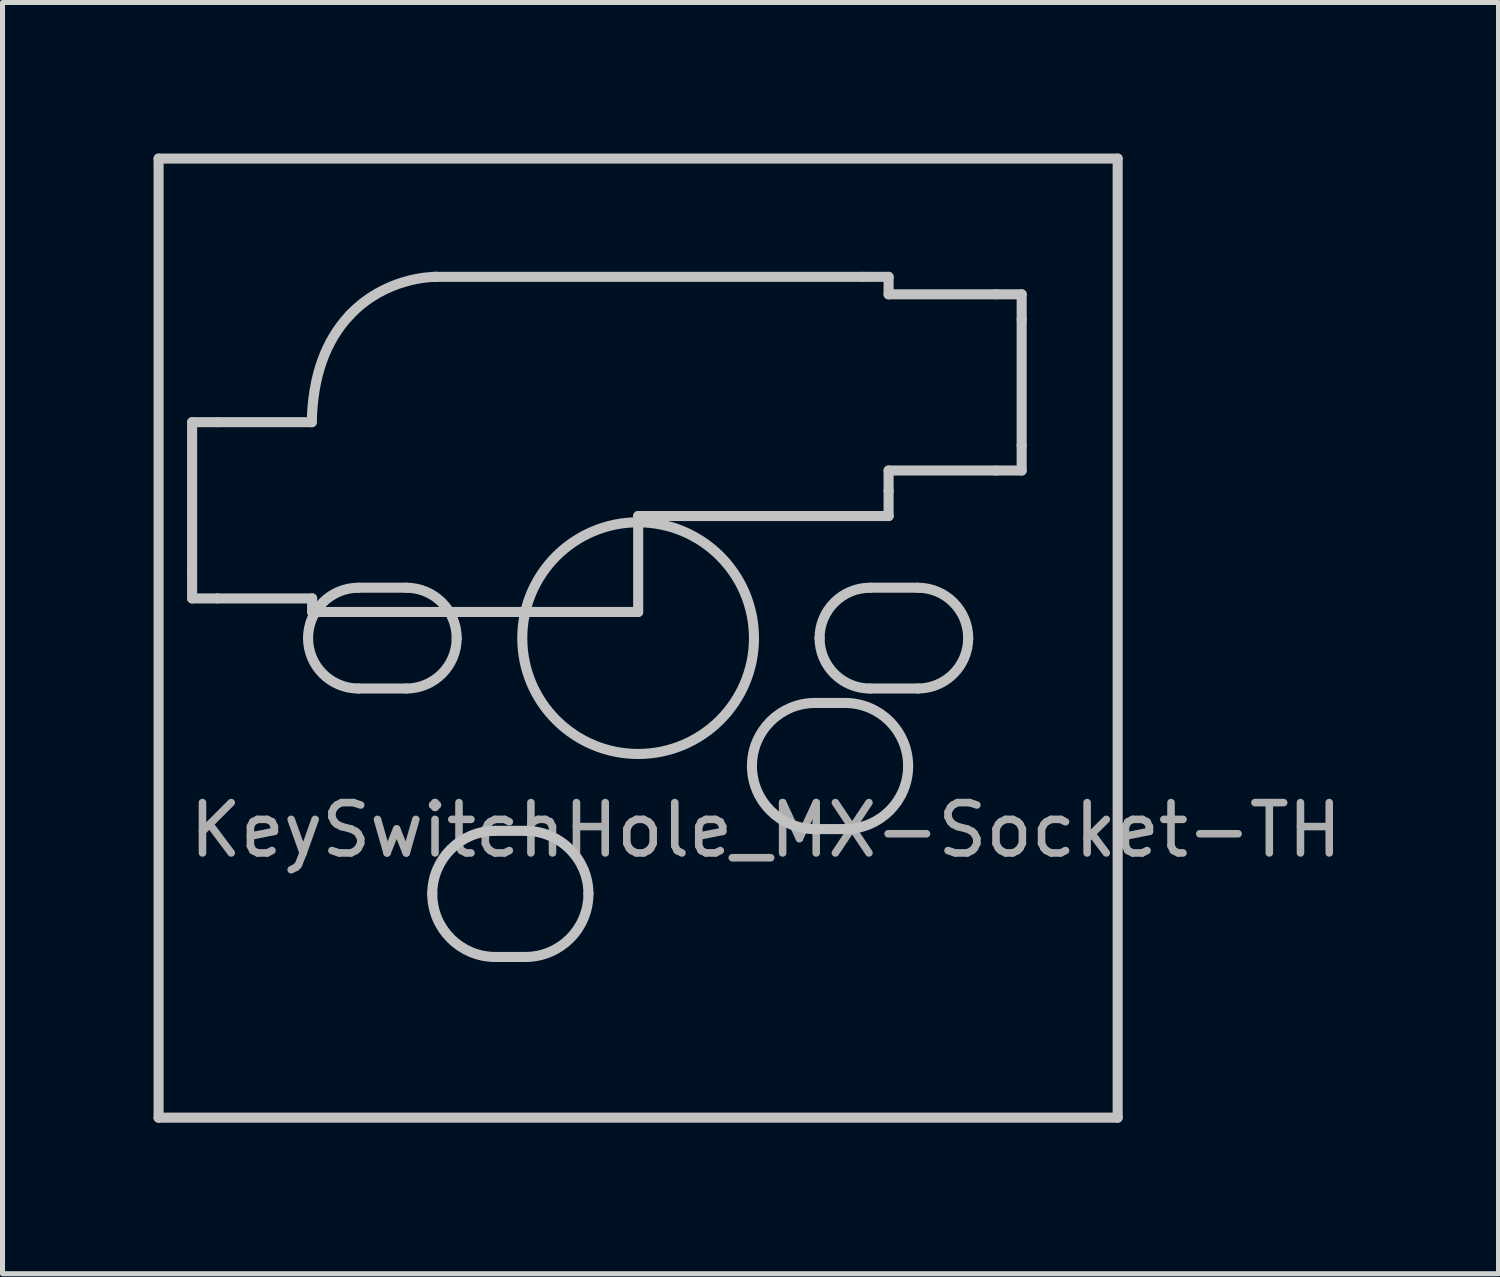
<source format=kicad_pcb>
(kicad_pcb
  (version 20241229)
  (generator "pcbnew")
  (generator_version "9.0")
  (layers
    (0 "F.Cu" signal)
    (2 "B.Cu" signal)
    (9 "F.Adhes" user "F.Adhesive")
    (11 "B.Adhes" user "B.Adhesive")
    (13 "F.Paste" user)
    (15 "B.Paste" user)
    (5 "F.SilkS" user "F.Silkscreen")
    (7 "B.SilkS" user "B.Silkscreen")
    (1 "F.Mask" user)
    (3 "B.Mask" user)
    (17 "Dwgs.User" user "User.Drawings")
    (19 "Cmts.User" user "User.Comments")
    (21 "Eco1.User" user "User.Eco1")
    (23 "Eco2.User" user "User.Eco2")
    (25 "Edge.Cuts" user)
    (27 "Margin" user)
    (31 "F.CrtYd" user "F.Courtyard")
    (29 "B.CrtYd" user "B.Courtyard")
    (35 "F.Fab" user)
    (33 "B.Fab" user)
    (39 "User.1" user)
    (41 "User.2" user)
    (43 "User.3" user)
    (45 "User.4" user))
  (footprint "KeySwitchHole_MX-Socket-TH"
    (layer "F.Cu")
    (at 9.625 9.625)
    (property "Reference" "KeySwitchHole_MX-Socket-TH" (at 2.537 3.812 0) (layer "F.Fab") (effects (font (size 1 1) (thickness 0.15))))
    (attr through_hole)
    (fp_circle (center 0 0) (end 2.301 0) (stroke (width 0.2) (type solid)) (fill no) (layer "Dwgs.User"))
    (fp_curve (pts (xy -9.525 -9.525) (xy -9.525 -9.525) (xy 9.525 -9.525) (xy 9.525 -9.525)) (stroke (width 0.2) (type solid)) (layer "Dwgs.User"))
    (fp_curve (pts (xy -9.525 9.525) (xy -9.525 9.525) (xy -9.525 -9.525) (xy -9.525 -9.525)) (stroke (width 0.2) (type solid)) (layer "Dwgs.User"))
    (fp_curve (pts (xy -8.859 -4.289) (xy -8.859 -4.289) (xy -8.859 -3.789) (xy -8.859 -3.789)) (stroke (width 0.2) (type solid)) (layer "Dwgs.User"))
    (fp_curve (pts (xy -8.859 -3.789) (xy -8.859 -3.789) (xy -8.859 -1.289) (xy -8.859 -1.289)) (stroke (width 0.2) (type solid)) (layer "Dwgs.User"))
    (fp_curve (pts (xy -8.859 -1.289) (xy -8.859 -1.289) (xy -8.859 -0.789) (xy -8.859 -0.789)) (stroke (width 0.2) (type solid)) (layer "Dwgs.User"))
    (fp_curve (pts (xy -8.859 -0.789) (xy -8.859 -0.789) (xy -8.359 -0.789) (xy -8.359 -0.789)) (stroke (width 0.2) (type solid)) (layer "Dwgs.User"))
    (fp_curve (pts (xy -8.359 -4.289) (xy -8.359 -4.289) (xy -8.859 -4.289) (xy -8.859 -4.289)) (stroke (width 0.2) (type solid)) (layer "Dwgs.User"))
    (fp_curve (pts (xy -8.359 -0.789) (xy -8.359 -0.789) (xy -6.475 -0.789) (xy -6.475 -0.789)) (stroke (width 0.2) (type solid)) (layer "Dwgs.User"))
    (fp_curve (pts (xy -6.556 -0.000255) (xy -6.556 -0.553) (xy -6.108 -1.001) (xy -5.555 -1.001)) (stroke (width 0.2) (type solid)) (layer "Dwgs.User"))
    (fp_curve (pts (xy -6.482 -4.289) (xy -6.482 -4.289) (xy -8.359 -4.289) (xy -8.359 -4.289)) (stroke (width 0.2) (type solid)) (layer "Dwgs.User"))
    (fp_curve (pts (xy -6.475 -0.789) (xy -6.475 -0.789) (xy -6.475 -0.52) (xy -6.475 -0.52)) (stroke (width 0.2) (type solid)) (layer "Dwgs.User"))
    (fp_curve (pts (xy -6.475 -0.52) (xy -6.475 -0.52) (xy -5.975 -0.52) (xy -5.975 -0.52)) (stroke (width 0.2) (type solid)) (layer "Dwgs.User"))
    (fp_curve (pts (xy -5.975 -0.52) (xy -5.975 -0.52) (xy -2.544 -0.52) (xy -2.544 -0.52)) (stroke (width 0.2) (type solid)) (layer "Dwgs.User"))
    (fp_curve (pts (xy -5.726 -6.419) (xy -6.211 -5.906) (xy -6.465 -5.191) (xy -6.482 -4.289)) (stroke (width 0.2) (type solid)) (layer "Dwgs.User"))
    (fp_curve (pts (xy -5.555 -1.001) (xy -5.555 -1.001) (xy -4.605 -1.001) (xy -4.605 -1.001)) (stroke (width 0.2) (type solid)) (layer "Dwgs.User"))
    (fp_curve (pts (xy -5.555 1.001) (xy -6.108 1.001) (xy -6.556 0.553) (xy -6.556 -0.000255)) (stroke (width 0.2) (type solid)) (layer "Dwgs.User"))
    (fp_curve (pts (xy -4.605 -1.001) (xy -4.053 -1.001) (xy -3.604 -0.553) (xy -3.604 -0.000255)) (stroke (width 0.2) (type solid)) (layer "Dwgs.User"))
    (fp_curve (pts (xy -4.605 1.001) (xy -4.605 1.001) (xy -5.555 1.001) (xy -5.555 1.001)) (stroke (width 0.2) (type solid)) (layer "Dwgs.User"))
    (fp_curve (pts (xy -4.089 5.08) (xy -4.089 4.388) (xy -3.529 3.828) (xy -2.837 3.828)) (stroke (width 0.2) (type solid)) (layer "Dwgs.User"))
    (fp_curve (pts (xy -4.023 -7.176) (xy -4.124 -7.176) (xy -5.029 -7.155) (xy -5.726 -6.419)) (stroke (width 0.2) (type solid)) (layer "Dwgs.User"))
    (fp_curve (pts (xy -4.022 -7.176) (xy -4.022 -7.176) (xy -4.023 -7.176) (xy -4.023 -7.176)) (stroke (width 0.2) (type solid)) (layer "Dwgs.User"))
    (fp_curve (pts (xy -3.604 -0.000255) (xy -3.604 0.553) (xy -4.053 1.001) (xy -4.605 1.001)) (stroke (width 0.2) (type solid)) (layer "Dwgs.User"))
    (fp_curve (pts (xy -2.837 3.828) (xy -2.837 3.828) (xy -2.24 3.828) (xy -2.24 3.828)) (stroke (width 0.2) (type solid)) (layer "Dwgs.User"))
    (fp_curve (pts (xy -2.837 6.333) (xy -3.529 6.333) (xy -4.089 5.772) (xy -4.089 5.08)) (stroke (width 0.2) (type solid)) (layer "Dwgs.User"))
    (fp_curve (pts (xy -2.544 -0.52) (xy -2.544 -0.52) (xy -2.037 -0.52) (xy -2.037 -0.52)) (stroke (width 0.2) (type solid)) (layer "Dwgs.User"))
    (fp_curve (pts (xy -2.24 3.828) (xy -1.548 3.828) (xy -0.987 4.388) (xy -0.987 5.08)) (stroke (width 0.2) (type solid)) (layer "Dwgs.User"))
    (fp_curve (pts (xy -2.24 6.333) (xy -2.24 6.333) (xy -2.837 6.333) (xy -2.837 6.333)) (stroke (width 0.2) (type solid)) (layer "Dwgs.User"))
    (fp_curve (pts (xy -2.037 -0.52) (xy -2.037 -0.52) (xy -2.037 -0.52) (xy -2.037 -0.52)) (stroke (width 0.2) (type solid)) (layer "Dwgs.User"))
    (fp_curve (pts (xy -2.037 -0.52) (xy -2.037 -0.52) (xy 0.001 -0.52) (xy 0.001 -0.52)) (stroke (width 0.2) (type solid)) (layer "Dwgs.User"))
    (fp_curve (pts (xy -0.987 5.08) (xy -0.987 5.772) (xy -1.548 6.333) (xy -2.24 6.333)) (stroke (width 0.2) (type solid)) (layer "Dwgs.User"))
    (fp_curve (pts (xy 0.001 -2.425) (xy 0.001 -2.425) (xy 4.475 -2.425) (xy 4.475 -2.425)) (stroke (width 0.2) (type solid)) (layer "Dwgs.User"))
    (fp_curve (pts (xy 0.001 -0.52) (xy 0.001 -0.52) (xy 0.001 -2.425) (xy 0.001 -2.425)) (stroke (width 0.2) (type solid)) (layer "Dwgs.User"))
    (fp_curve (pts (xy 2.261 2.54) (xy 2.261 1.848) (xy 2.821 1.288) (xy 3.513 1.288)) (stroke (width 0.2) (type solid)) (layer "Dwgs.User"))
    (fp_curve (pts (xy 3.513 1.288) (xy 3.513 1.288) (xy 4.11 1.288) (xy 4.11 1.288)) (stroke (width 0.2) (type solid)) (layer "Dwgs.User"))
    (fp_curve (pts (xy 3.513 3.793) (xy 2.821 3.793) (xy 2.261 3.232) (xy 2.261 2.54)) (stroke (width 0.2) (type solid)) (layer "Dwgs.User"))
    (fp_curve (pts (xy 3.604 -0.000255) (xy 3.604 -0.553) (xy 4.052 -1.001) (xy 4.605 -1.001)) (stroke (width 0.2) (type solid)) (layer "Dwgs.User"))
    (fp_curve (pts (xy 4.11 1.288) (xy 4.802 1.288) (xy 5.363 1.848) (xy 5.363 2.54)) (stroke (width 0.2) (type solid)) (layer "Dwgs.User"))
    (fp_curve (pts (xy 4.11 3.793) (xy 4.11 3.793) (xy 3.513 3.793) (xy 3.513 3.793)) (stroke (width 0.2) (type solid)) (layer "Dwgs.User"))
    (fp_curve (pts (xy 4.475 -7.176) (xy 4.475 -7.176) (xy -4.022 -7.176) (xy -4.022 -7.176)) (stroke (width 0.2) (type solid)) (layer "Dwgs.User"))
    (fp_curve (pts (xy 4.475 -2.425) (xy 4.475 -2.425) (xy 4.975 -2.425) (xy 4.975 -2.425)) (stroke (width 0.2) (type solid)) (layer "Dwgs.User"))
    (fp_curve (pts (xy 4.605 -1.001) (xy 4.605 -1.001) (xy 5.555 -1.001) (xy 5.555 -1.001)) (stroke (width 0.2) (type solid)) (layer "Dwgs.User"))
    (fp_curve (pts (xy 4.605 1.001) (xy 4.052 1.001) (xy 3.604 0.553) (xy 3.604 -0.000255)) (stroke (width 0.2) (type solid)) (layer "Dwgs.User"))
    (fp_curve (pts (xy 4.975 -7.176) (xy 4.975 -7.176) (xy 4.475 -7.176) (xy 4.475 -7.176)) (stroke (width 0.2) (type solid)) (layer "Dwgs.User"))
    (fp_curve (pts (xy 4.975 -6.829) (xy 4.975 -6.829) (xy 4.975 -7.176) (xy 4.975 -7.176)) (stroke (width 0.2) (type solid)) (layer "Dwgs.User"))
    (fp_curve (pts (xy 4.975 -3.329) (xy 4.975 -3.329) (xy 7.118 -3.329) (xy 7.118 -3.329)) (stroke (width 0.2) (type solid)) (layer "Dwgs.User"))
    (fp_curve (pts (xy 4.975 -2.925) (xy 4.975 -2.925) (xy 4.975 -3.329) (xy 4.975 -3.329)) (stroke (width 0.2) (type solid)) (layer "Dwgs.User"))
    (fp_curve (pts (xy 4.975 -2.425) (xy 4.975 -2.425) (xy 4.975 -2.925) (xy 4.975 -2.925)) (stroke (width 0.2) (type solid)) (layer "Dwgs.User"))
    (fp_curve (pts (xy 5.363 2.54) (xy 5.363 3.232) (xy 4.802 3.793) (xy 4.11 3.793)) (stroke (width 0.2) (type solid)) (layer "Dwgs.User"))
    (fp_curve (pts (xy 5.555 -1.001) (xy 6.108 -1.001) (xy 6.556 -0.553) (xy 6.556 -0.000255)) (stroke (width 0.2) (type solid)) (layer "Dwgs.User"))
    (fp_curve (pts (xy 5.555 1.001) (xy 5.555 1.001) (xy 4.605 1.001) (xy 4.605 1.001)) (stroke (width 0.2) (type solid)) (layer "Dwgs.User"))
    (fp_curve (pts (xy 6.556 -0.000255) (xy 6.556 0.553) (xy 6.108 1.001) (xy 5.555 1.001)) (stroke (width 0.2) (type solid)) (layer "Dwgs.User"))
    (fp_curve (pts (xy 7.118 -6.829) (xy 7.118 -6.829) (xy 4.975 -6.829) (xy 4.975 -6.829)) (stroke (width 0.2) (type solid)) (layer "Dwgs.User"))
    (fp_curve (pts (xy 7.118 -3.329) (xy 7.118 -3.329) (xy 7.618 -3.329) (xy 7.618 -3.329)) (stroke (width 0.2) (type solid)) (layer "Dwgs.User"))
    (fp_curve (pts (xy 7.618 -6.829) (xy 7.618 -6.829) (xy 7.118 -6.829) (xy 7.118 -6.829)) (stroke (width 0.2) (type solid)) (layer "Dwgs.User"))
    (fp_curve (pts (xy 7.618 -6.329) (xy 7.618 -6.329) (xy 7.618 -6.829) (xy 7.618 -6.829)) (stroke (width 0.2) (type solid)) (layer "Dwgs.User"))
    (fp_curve (pts (xy 7.618 -3.829) (xy 7.618 -3.829) (xy 7.618 -6.329) (xy 7.618 -6.329)) (stroke (width 0.2) (type solid)) (layer "Dwgs.User"))
    (fp_curve (pts (xy 7.618 -3.329) (xy 7.618 -3.329) (xy 7.618 -3.829) (xy 7.618 -3.829)) (stroke (width 0.2) (type solid)) (layer "Dwgs.User"))
    (fp_curve (pts (xy 9.525 -9.525) (xy 9.525 -9.525) (xy 9.525 9.525) (xy 9.525 9.525)) (stroke (width 0.2) (type solid)) (layer "Dwgs.User"))
    (fp_curve (pts (xy 9.525 9.525) (xy 9.525 9.525) (xy -9.525 9.525) (xy -9.525 9.525)) (stroke (width 0.2) (type solid)) (layer "Dwgs.User")))
  (gr_rect
    (start -3 -3)
    (end 26.715 22.25)
    (stroke (width 0.1) (type default))
    (fill no)
    (layer "Edge.Cuts")))
</source>
